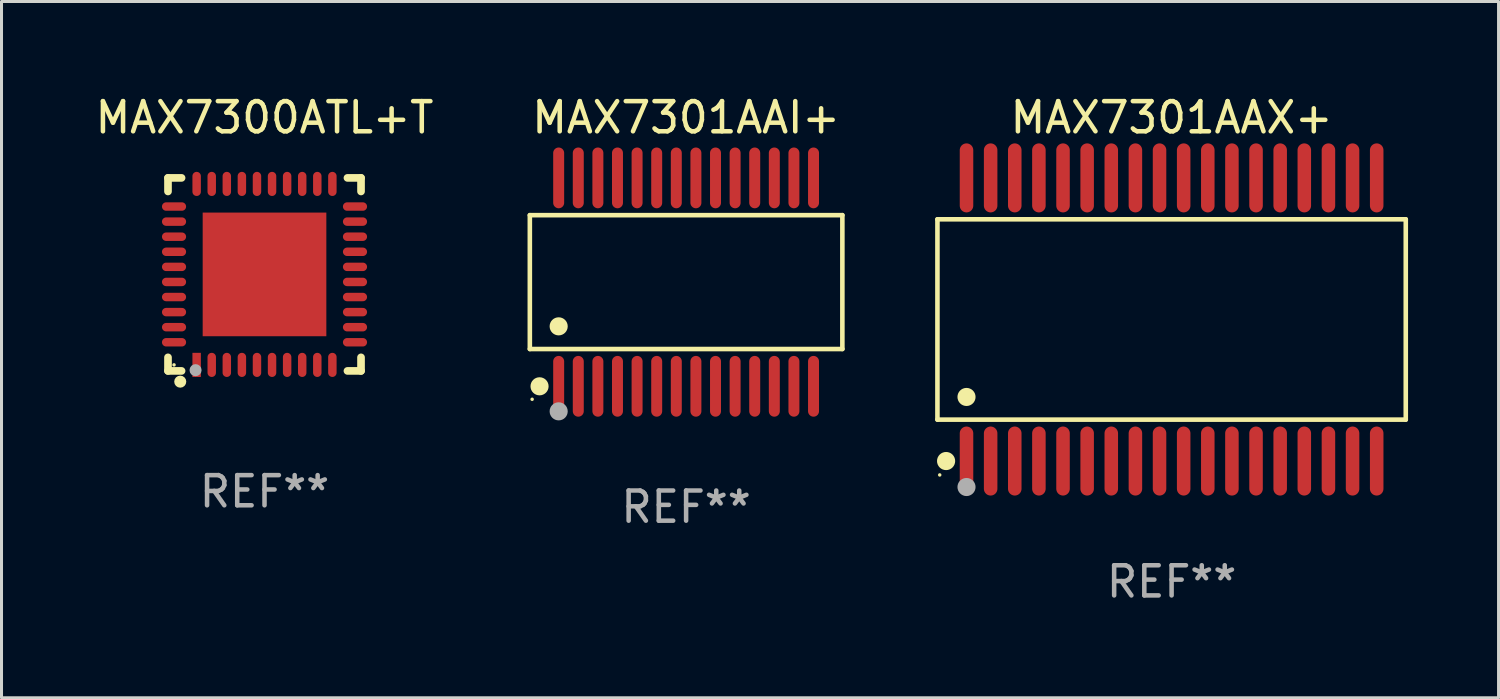
<source format=kicad_pcb>
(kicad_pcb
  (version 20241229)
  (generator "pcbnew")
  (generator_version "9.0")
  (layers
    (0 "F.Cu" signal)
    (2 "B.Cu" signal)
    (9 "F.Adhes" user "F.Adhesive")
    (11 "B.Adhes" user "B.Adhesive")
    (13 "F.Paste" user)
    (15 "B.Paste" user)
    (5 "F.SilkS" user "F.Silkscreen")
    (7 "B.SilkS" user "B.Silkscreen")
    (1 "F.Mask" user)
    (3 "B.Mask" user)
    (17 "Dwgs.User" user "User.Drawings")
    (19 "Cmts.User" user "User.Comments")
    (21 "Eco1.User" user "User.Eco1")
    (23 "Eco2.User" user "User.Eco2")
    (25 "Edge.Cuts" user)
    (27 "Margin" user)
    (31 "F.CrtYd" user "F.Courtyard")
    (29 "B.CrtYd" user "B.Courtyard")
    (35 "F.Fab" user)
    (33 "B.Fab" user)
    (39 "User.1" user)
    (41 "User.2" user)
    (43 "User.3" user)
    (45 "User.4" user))
  (footprint "MAX7300ATL+T"
    (layer "F.Cu")
    (at 5.72 6.048)
    (property "Reference" "MAX7300ATL+T" (at 0 -5.2 0) (layer "F.SilkS") (effects (font (size 1 1) (thickness 0.15))))
    (attr through_hole)
    (fp_line (start -3.2 -3.2) (end -3.2 -2.75) (stroke (width 0.254) (type solid)) (layer "F.SilkS"))
    (fp_line (start -3.2 3.2) (end -3.2 2.75) (stroke (width 0.254) (type solid)) (layer "F.SilkS"))
    (fp_line (start -2.75 -3.2) (end -3.2 -3.2) (stroke (width 0.254) (type solid)) (layer "F.SilkS"))
    (fp_line (start -2.75 3.2) (end -3.2 3.2) (stroke (width 0.254) (type solid)) (layer "F.SilkS"))
    (fp_line (start 3.2 -3.2) (end 2.75 -3.2) (stroke (width 0.254) (type solid)) (layer "F.SilkS"))
    (fp_line (start 3.2 -2.75) (end 3.2 -3.2) (stroke (width 0.254) (type solid)) (layer "F.SilkS"))
    (fp_line (start 3.2 2.75) (end 3.2 3.2) (stroke (width 0.254) (type solid)) (layer "F.SilkS"))
    (fp_line (start 3.2 3.2) (end 2.75 3.2) (stroke (width 0.254) (type solid)) (layer "F.SilkS"))
    (fp_circle (center -3 3) (end -2.97 3) (stroke (width 0.06) (type solid)) (fill no) (layer "F.SilkS"))
    (fp_circle (center -2.794 3.556) (end -2.694 3.556) (stroke (width 0.2) (type solid)) (fill no) (layer "F.SilkS"))
    (fp_circle (center -2.286 3.175) (end -2.186 3.175) (stroke (width 0.2) (type solid)) (fill no) (layer "F.Fab"))
    (fp_text user "REF**" (at 0 7.2 0) (layer "F.Fab") (effects (font (size 1 1) (thickness 0.15))))
    (pad "1" smd rect (at -2.25 3 180) (size 0.28 0.8) (layers "F.Cu" "F.Mask" "F.Paste"))
    (pad "2" smd oval (at -1.75 3 180) (size 0.28 0.8) (layers "F.Cu" "F.Mask" "F.Paste"))
    (pad "3" smd oval (at -1.25 3 180) (size 0.28 0.8) (layers "F.Cu" "F.Mask" "F.Paste"))
    (pad "4" smd oval (at -0.75 3 180) (size 0.28 0.8) (layers "F.Cu" "F.Mask" "F.Paste"))
    (pad "5" smd oval (at -0.25 3 180) (size 0.28 0.8) (layers "F.Cu" "F.Mask" "F.Paste"))
    (pad "6" smd oval (at 0.25 3 180) (size 0.28 0.8) (layers "F.Cu" "F.Mask" "F.Paste"))
    (pad "7" smd oval (at 0.75 3 180) (size 0.28 0.8) (layers "F.Cu" "F.Mask" "F.Paste"))
    (pad "8" smd oval (at 1.25 3 180) (size 0.28 0.8) (layers "F.Cu" "F.Mask" "F.Paste"))
    (pad "9" smd oval (at 1.75 3 180) (size 0.28 0.8) (layers "F.Cu" "F.Mask" "F.Paste"))
    (pad "10" smd oval (at 2.25 3 180) (size 0.28 0.8) (layers "F.Cu" "F.Mask" "F.Paste"))
    (pad "11" smd oval (at 3 2.25 90) (size 0.28 0.8) (layers "F.Cu" "F.Mask" "F.Paste"))
    (pad "12" smd oval (at 3 1.75 90) (size 0.28 0.8) (layers "F.Cu" "F.Mask" "F.Paste"))
    (pad "13" smd oval (at 3 1.25 90) (size 0.28 0.8) (layers "F.Cu" "F.Mask" "F.Paste"))
    (pad "14" smd oval (at 3 0.75 90) (size 0.28 0.8) (layers "F.Cu" "F.Mask" "F.Paste"))
    (pad "15" smd oval (at 3 0.25 90) (size 0.28 0.8) (layers "F.Cu" "F.Mask" "F.Paste"))
    (pad "16" smd oval (at 3 -0.25 90) (size 0.28 0.8) (layers "F.Cu" "F.Mask" "F.Paste"))
    (pad "17" smd oval (at 3 -0.75 90) (size 0.28 0.8) (layers "F.Cu" "F.Mask" "F.Paste"))
    (pad "18" smd oval (at 3 -1.25 90) (size 0.28 0.8) (layers "F.Cu" "F.Mask" "F.Paste"))
    (pad "19" smd oval (at 3 -1.75 90) (size 0.28 0.8) (layers "F.Cu" "F.Mask" "F.Paste"))
    (pad "20" smd oval (at 3 -2.25 90) (size 0.28 0.8) (layers "F.Cu" "F.Mask" "F.Paste"))
    (pad "21" smd oval (at 2.25 -3 180) (size 0.28 0.8) (layers "F.Cu" "F.Mask" "F.Paste"))
    (pad "22" smd oval (at 1.75 -3 180) (size 0.28 0.8) (layers "F.Cu" "F.Mask" "F.Paste"))
    (pad "23" smd oval (at 1.25 -3 180) (size 0.28 0.8) (layers "F.Cu" "F.Mask" "F.Paste"))
    (pad "24" smd oval (at 0.75 -3 180) (size 0.28 0.8) (layers "F.Cu" "F.Mask" "F.Paste"))
    (pad "25" smd oval (at 0.25 -3 180) (size 0.28 0.8) (layers "F.Cu" "F.Mask" "F.Paste"))
    (pad "26" smd oval (at -0.25 -3 180) (size 0.28 0.8) (layers "F.Cu" "F.Mask" "F.Paste"))
    (pad "27" smd oval (at -0.75 -3 180) (size 0.28 0.8) (layers "F.Cu" "F.Mask" "F.Paste"))
    (pad "28" smd oval (at -1.25 -3 180) (size 0.28 0.8) (layers "F.Cu" "F.Mask" "F.Paste"))
    (pad "29" smd oval (at -1.75 -3 180) (size 0.28 0.8) (layers "F.Cu" "F.Mask" "F.Paste"))
    (pad "30" smd oval (at -2.25 -3 180) (size 0.28 0.8) (layers "F.Cu" "F.Mask" "F.Paste"))
    (pad "31" smd oval (at -3 -2.25 90) (size 0.28 0.8) (layers "F.Cu" "F.Mask" "F.Paste"))
    (pad "32" smd oval (at -3 -1.75 90) (size 0.28 0.8) (layers "F.Cu" "F.Mask" "F.Paste"))
    (pad "33" smd oval (at -3 -1.25 90) (size 0.28 0.8) (layers "F.Cu" "F.Mask" "F.Paste"))
    (pad "34" smd oval (at -3 -0.75 90) (size 0.28 0.8) (layers "F.Cu" "F.Mask" "F.Paste"))
    (pad "35" smd oval (at -3 -0.25 90) (size 0.28 0.8) (layers "F.Cu" "F.Mask" "F.Paste"))
    (pad "36" smd oval (at -3 0.25 90) (size 0.28 0.8) (layers "F.Cu" "F.Mask" "F.Paste"))
    (pad "37" smd oval (at -3 0.75 90) (size 0.28 0.8) (layers "F.Cu" "F.Mask" "F.Paste"))
    (pad "38" smd oval (at -3 1.25 90) (size 0.28 0.8) (layers "F.Cu" "F.Mask" "F.Paste"))
    (pad "39" smd oval (at -3 1.75 90) (size 0.28 0.8) (layers "F.Cu" "F.Mask" "F.Paste"))
    (pad "40" smd oval (at -3 2.25 90) (size 0.28 0.8) (layers "F.Cu" "F.Mask" "F.Paste"))
    (pad "41" smd rect (at 0.000025 0.000025 90) (size 4.1 4.1) (layers "F.Cu" "F.Mask" "F.Paste")))
  (footprint "MAX7301AAX+"
    (layer "F.Cu")
    (at 35.795 7.542)
    (property "Reference" "MAX7301AAX+" (at 0 -6.694 0) (layer "F.SilkS") (effects (font (size 1 1) (thickness 0.15))))
    (attr through_hole)
    (fp_line (start -7.764 -3.321) (end 7.764 -3.321) (stroke (width 0.152) (type solid)) (layer "F.SilkS"))
    (fp_line (start -7.764 3.321) (end -7.764 -3.321) (stroke (width 0.152) (type solid)) (layer "F.SilkS"))
    (fp_line (start 7.764 -3.321) (end 7.764 3.321) (stroke (width 0.152) (type solid)) (layer "F.SilkS"))
    (fp_line (start 7.764 3.321) (end -7.764 3.321) (stroke (width 0.152) (type solid)) (layer "F.SilkS"))
    (fp_circle (center -7.688 5.155) (end -7.658 5.155) (stroke (width 0.06) (type solid)) (fill no) (layer "F.SilkS"))
    (fp_circle (center -7.477 4.694) (end -7.326 4.694) (stroke (width 0.3) (type solid)) (fill no) (layer "F.SilkS"))
    (fp_circle (center -6.8 2.569) (end -6.65 2.569) (stroke (width 0.3) (type solid)) (fill no) (layer "F.SilkS"))
    (fp_circle (center -6.8 5.555) (end -6.65 5.555) (stroke (width 0.3) (type solid)) (fill no) (layer "F.Fab"))
    (fp_text user "REF**" (at 0 8.694 0) (layer "F.Fab") (effects (font (size 1 1) (thickness 0.15))))
    (pad "1" smd oval (at -6.8 4.694) (size 0.448 2.288) (layers "F.Cu" "F.Mask" "F.Paste"))
    (pad "2" smd oval (at -6 4.694) (size 0.448 2.288) (layers "F.Cu" "F.Mask" "F.Paste"))
    (pad "3" smd oval (at -5.2 4.694) (size 0.448 2.288) (layers "F.Cu" "F.Mask" "F.Paste"))
    (pad "4" smd oval (at -4.4 4.694) (size 0.448 2.288) (layers "F.Cu" "F.Mask" "F.Paste"))
    (pad "5" smd oval (at -3.6 4.694) (size 0.448 2.288) (layers "F.Cu" "F.Mask" "F.Paste"))
    (pad "6" smd oval (at -2.8 4.694) (size 0.448 2.288) (layers "F.Cu" "F.Mask" "F.Paste"))
    (pad "7" smd oval (at -2 4.694) (size 0.448 2.288) (layers "F.Cu" "F.Mask" "F.Paste"))
    (pad "8" smd oval (at -1.2 4.694) (size 0.448 2.288) (layers "F.Cu" "F.Mask" "F.Paste"))
    (pad "9" smd oval (at -0.4 4.694) (size 0.448 2.288) (layers "F.Cu" "F.Mask" "F.Paste"))
    (pad "10" smd oval (at 0.4 4.694) (size 0.448 2.288) (layers "F.Cu" "F.Mask" "F.Paste"))
    (pad "11" smd oval (at 1.2 4.694) (size 0.448 2.288) (layers "F.Cu" "F.Mask" "F.Paste"))
    (pad "12" smd oval (at 2 4.694) (size 0.448 2.288) (layers "F.Cu" "F.Mask" "F.Paste"))
    (pad "13" smd oval (at 2.8 4.694) (size 0.448 2.288) (layers "F.Cu" "F.Mask" "F.Paste"))
    (pad "14" smd oval (at 3.6 4.694) (size 0.448 2.288) (layers "F.Cu" "F.Mask" "F.Paste"))
    (pad "15" smd oval (at 4.4 4.694) (size 0.448 2.288) (layers "F.Cu" "F.Mask" "F.Paste"))
    (pad "16" smd oval (at 5.2 4.694) (size 0.448 2.288) (layers "F.Cu" "F.Mask" "F.Paste"))
    (pad "17" smd oval (at 6 4.694) (size 0.448 2.288) (layers "F.Cu" "F.Mask" "F.Paste"))
    (pad "18" smd oval (at 6.8 4.694) (size 0.448 2.288) (layers "F.Cu" "F.Mask" "F.Paste"))
    (pad "19" smd oval (at 6.8 -4.694) (size 0.448 2.288) (layers "F.Cu" "F.Mask" "F.Paste"))
    (pad "20" smd oval (at 6 -4.694) (size 0.448 2.288) (layers "F.Cu" "F.Mask" "F.Paste"))
    (pad "21" smd oval (at 5.2 -4.694) (size 0.448 2.288) (layers "F.Cu" "F.Mask" "F.Paste"))
    (pad "22" smd oval (at 4.4 -4.694) (size 0.448 2.288) (layers "F.Cu" "F.Mask" "F.Paste"))
    (pad "23" smd oval (at 3.6 -4.694) (size 0.448 2.288) (layers "F.Cu" "F.Mask" "F.Paste"))
    (pad "24" smd oval (at 2.8 -4.694) (size 0.448 2.288) (layers "F.Cu" "F.Mask" "F.Paste"))
    (pad "25" smd oval (at 2 -4.694) (size 0.448 2.288) (layers "F.Cu" "F.Mask" "F.Paste"))
    (pad "26" smd oval (at 1.2 -4.694) (size 0.448 2.288) (layers "F.Cu" "F.Mask" "F.Paste"))
    (pad "27" smd oval (at 0.4 -4.694) (size 0.448 2.288) (layers "F.Cu" "F.Mask" "F.Paste"))
    (pad "28" smd oval (at -0.4 -4.694) (size 0.448 2.288) (layers "F.Cu" "F.Mask" "F.Paste"))
    (pad "29" smd oval (at -1.2 -4.694) (size 0.448 2.288) (layers "F.Cu" "F.Mask" "F.Paste"))
    (pad "30" smd oval (at -2 -4.694) (size 0.448 2.288) (layers "F.Cu" "F.Mask" "F.Paste"))
    (pad "31" smd oval (at -2.8 -4.694) (size 0.448 2.288) (layers "F.Cu" "F.Mask" "F.Paste"))
    (pad "32" smd oval (at -3.6 -4.694) (size 0.448 2.288) (layers "F.Cu" "F.Mask" "F.Paste"))
    (pad "33" smd oval (at -4.4 -4.694) (size 0.448 2.288) (layers "F.Cu" "F.Mask" "F.Paste"))
    (pad "34" smd oval (at -5.2 -4.694) (size 0.448 2.288) (layers "F.Cu" "F.Mask" "F.Paste"))
    (pad "35" smd oval (at -6 -4.694) (size 0.448 2.288) (layers "F.Cu" "F.Mask" "F.Paste"))
    (pad "36" smd oval (at -6.8 -4.694) (size 0.448 2.288) (layers "F.Cu" "F.Mask" "F.Paste")))
  (footprint "MAX7301AAI+"
    (layer "F.Cu")
    (at 19.698 6.303)
    (property "Reference" "MAX7301AAI+" (at 0 -5.455 0) (layer "F.SilkS") (effects (font (size 1 1) (thickness 0.15))))
    (attr through_hole)
    (fp_line (start -5.181 -2.219) (end 5.181 -2.219) (stroke (width 0.152) (type solid)) (layer "F.SilkS"))
    (fp_line (start -5.181 2.219) (end -5.181 -2.219) (stroke (width 0.152) (type solid)) (layer "F.SilkS"))
    (fp_line (start 5.181 -2.219) (end 5.181 2.219) (stroke (width 0.152) (type solid)) (layer "F.SilkS"))
    (fp_line (start 5.181 2.219) (end -5.181 2.219) (stroke (width 0.152) (type solid)) (layer "F.SilkS"))
    (fp_circle (center -5.105 3.885) (end -5.075 3.885) (stroke (width 0.06) (type solid)) (fill no) (layer "F.SilkS"))
    (fp_circle (center -4.859 3.455) (end -4.709 3.455) (stroke (width 0.3) (type solid)) (fill no) (layer "F.SilkS"))
    (fp_circle (center -4.225 1.467) (end -4.075 1.467) (stroke (width 0.3) (type solid)) (fill no) (layer "F.SilkS"))
    (fp_circle (center -4.225 4.285) (end -4.075 4.285) (stroke (width 0.3) (type solid)) (fill no) (layer "F.Fab"))
    (fp_text user "REF**" (at 0 7.455 0) (layer "F.Fab") (effects (font (size 1 1) (thickness 0.15))))
    (pad "1" smd oval (at -4.225 3.455) (size 0.364 2.015) (layers "F.Cu" "F.Mask" "F.Paste"))
    (pad "2" smd oval (at -3.575 3.455) (size 0.364 2.015) (layers "F.Cu" "F.Mask" "F.Paste"))
    (pad "3" smd oval (at -2.925 3.455) (size 0.364 2.015) (layers "F.Cu" "F.Mask" "F.Paste"))
    (pad "4" smd oval (at -2.275 3.455) (size 0.364 2.015) (layers "F.Cu" "F.Mask" "F.Paste"))
    (pad "5" smd oval (at -1.625 3.455) (size 0.364 2.015) (layers "F.Cu" "F.Mask" "F.Paste"))
    (pad "6" smd oval (at -0.975 3.455) (size 0.364 2.015) (layers "F.Cu" "F.Mask" "F.Paste"))
    (pad "7" smd oval (at -0.325 3.455) (size 0.364 2.015) (layers "F.Cu" "F.Mask" "F.Paste"))
    (pad "8" smd oval (at 0.325 3.455) (size 0.364 2.015) (layers "F.Cu" "F.Mask" "F.Paste"))
    (pad "9" smd oval (at 0.975 3.455) (size 0.364 2.015) (layers "F.Cu" "F.Mask" "F.Paste"))
    (pad "10" smd oval (at 1.625 3.455) (size 0.364 2.015) (layers "F.Cu" "F.Mask" "F.Paste"))
    (pad "11" smd oval (at 2.275 3.455) (size 0.364 2.015) (layers "F.Cu" "F.Mask" "F.Paste"))
    (pad "12" smd oval (at 2.925 3.455) (size 0.364 2.015) (layers "F.Cu" "F.Mask" "F.Paste"))
    (pad "13" smd oval (at 3.575 3.455) (size 0.364 2.015) (layers "F.Cu" "F.Mask" "F.Paste"))
    (pad "14" smd oval (at 4.225 3.455) (size 0.364 2.015) (layers "F.Cu" "F.Mask" "F.Paste"))
    (pad "15" smd oval (at 4.225 -3.455) (size 0.364 2.015) (layers "F.Cu" "F.Mask" "F.Paste"))
    (pad "16" smd oval (at 3.575 -3.455) (size 0.364 2.015) (layers "F.Cu" "F.Mask" "F.Paste"))
    (pad "17" smd oval (at 2.925 -3.455) (size 0.364 2.015) (layers "F.Cu" "F.Mask" "F.Paste"))
    (pad "18" smd oval (at 2.275 -3.455) (size 0.364 2.015) (layers "F.Cu" "F.Mask" "F.Paste"))
    (pad "19" smd oval (at 1.625 -3.455) (size 0.364 2.015) (layers "F.Cu" "F.Mask" "F.Paste"))
    (pad "20" smd oval (at 0.975 -3.455) (size 0.364 2.015) (layers "F.Cu" "F.Mask" "F.Paste"))
    (pad "21" smd oval (at 0.325 -3.455) (size 0.364 2.015) (layers "F.Cu" "F.Mask" "F.Paste"))
    (pad "22" smd oval (at -0.325 -3.455) (size 0.364 2.015) (layers "F.Cu" "F.Mask" "F.Paste"))
    (pad "23" smd oval (at -0.975 -3.455) (size 0.364 2.015) (layers "F.Cu" "F.Mask" "F.Paste"))
    (pad "24" smd oval (at -1.625 -3.455) (size 0.364 2.015) (layers "F.Cu" "F.Mask" "F.Paste"))
    (pad "25" smd oval (at -2.275 -3.455) (size 0.364 2.015) (layers "F.Cu" "F.Mask" "F.Paste"))
    (pad "26" smd oval (at -2.925 -3.455) (size 0.364 2.015) (layers "F.Cu" "F.Mask" "F.Paste"))
    (pad "27" smd oval (at -3.575 -3.455) (size 0.364 2.015) (layers "F.Cu" "F.Mask" "F.Paste"))
    (pad "28" smd oval (at -4.225 -3.455) (size 0.364 2.015) (layers "F.Cu" "F.Mask" "F.Paste")))
  (gr_rect
    (start -3 -3)
    (end 46.635 20.084)
    (stroke (width 0.1) (type default))
    (fill no)
    (layer "Edge.Cuts")))
</source>
